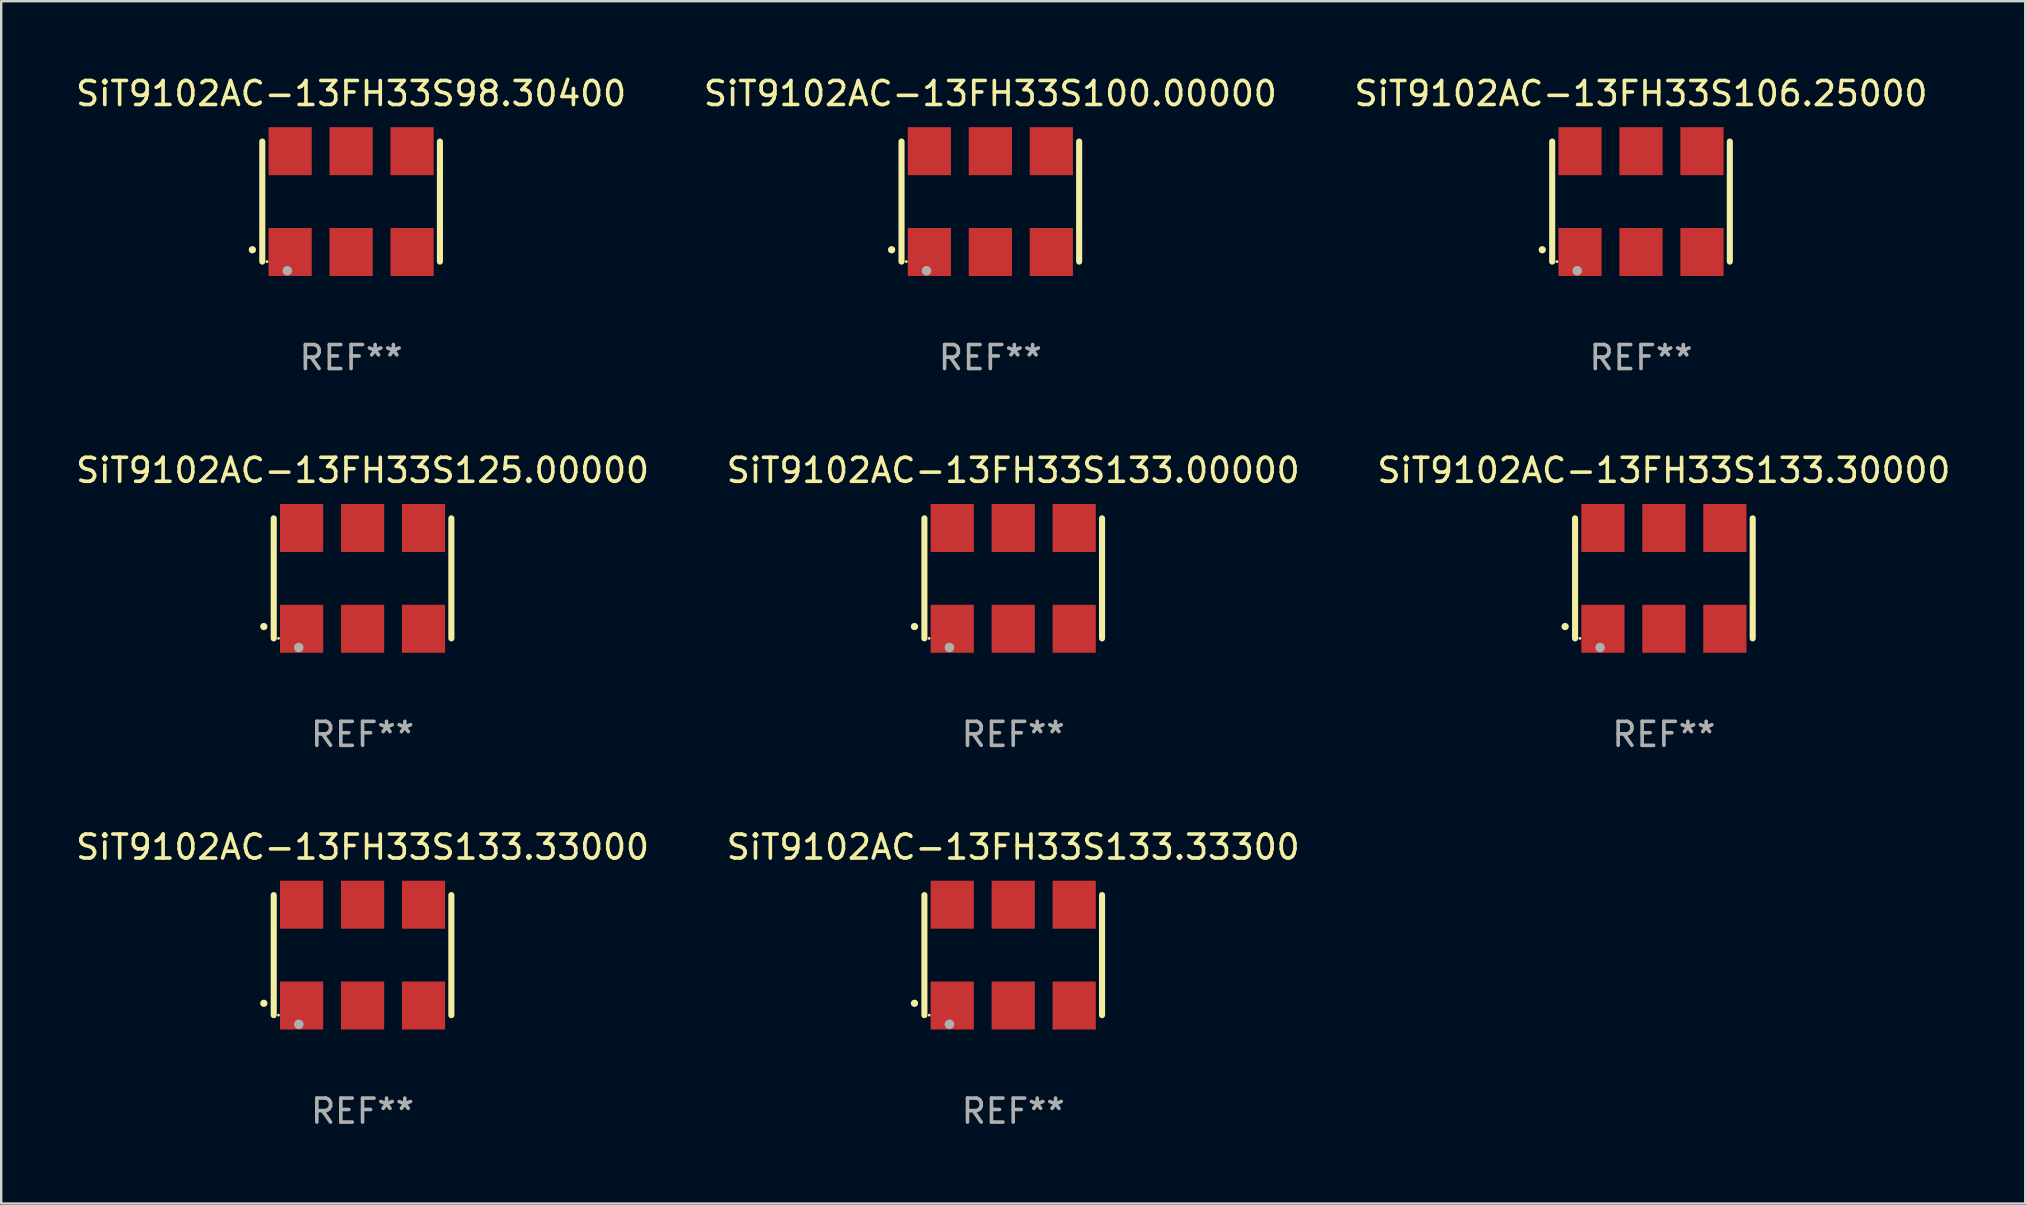
<source format=kicad_pcb>
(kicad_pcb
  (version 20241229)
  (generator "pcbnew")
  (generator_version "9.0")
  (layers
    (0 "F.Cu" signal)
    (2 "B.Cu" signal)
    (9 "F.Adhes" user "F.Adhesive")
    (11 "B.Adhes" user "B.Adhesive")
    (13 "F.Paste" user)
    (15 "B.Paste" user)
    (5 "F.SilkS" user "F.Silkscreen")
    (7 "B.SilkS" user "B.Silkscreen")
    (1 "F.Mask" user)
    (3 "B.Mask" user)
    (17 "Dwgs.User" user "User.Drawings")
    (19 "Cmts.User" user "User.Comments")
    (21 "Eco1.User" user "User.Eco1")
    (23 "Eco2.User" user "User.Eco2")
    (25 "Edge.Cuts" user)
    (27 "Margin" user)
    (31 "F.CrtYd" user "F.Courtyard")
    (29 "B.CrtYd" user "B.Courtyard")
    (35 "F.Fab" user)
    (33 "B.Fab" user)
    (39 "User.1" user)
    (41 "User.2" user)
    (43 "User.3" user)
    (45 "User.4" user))
  (footprint "SiT9102AC-13FH33S125.00000"
    (layer "F.Cu")
    (at 12.054 21.045)
    (property "Reference" "SiT9102AC-13FH33S125.00000" (at 0 -4.5 0) (layer "F.SilkS") (effects (font (size 1 1) (thickness 0.15))))
    (attr through_hole)
    (fp_line (start -3.7 -2.5) (end -3.7 2.5) (stroke (width 0.254) (type solid)) (layer "F.SilkS"))
    (fp_line (start 3.7 -2.5) (end 3.7 2.5) (stroke (width 0.254) (type solid)) (layer "F.SilkS"))
    (fp_arc (start -4.114415 2.006604) (mid -4.113145 2.006599) (end -4.111875 2.006604) (stroke (width 0.3) (type solid)) (layer "F.SilkS"))
    (fp_circle (center -3.502 2.5) (end -3.472 2.5) (stroke (width 0.06) (type solid)) (fill no) (layer "F.SilkS"))
    (fp_circle (center -2.657 2.882) (end -2.557 2.882) (stroke (width 0.2) (type solid)) (fill no) (layer "F.Fab"))
    (fp_text user "REF**" (at 0 6.5 0) (layer "F.Fab") (effects (font (size 1 1) (thickness 0.15))))
    (pad "1" smd rect (at -2.54 2.1) (size 1.8 2) (layers "F.Cu" "F.Mask" "F.Paste"))
    (pad "2" smd rect (at 0.000394 2.1) (size 1.8 2) (layers "F.Cu" "F.Mask" "F.Paste"))
    (pad "3" smd rect (at 2.54 2.1) (size 1.8 2) (layers "F.Cu" "F.Mask" "F.Paste"))
    (pad "4" smd rect (at 2.54 -2.1) (size 1.8 2) (layers "F.Cu" "F.Mask" "F.Paste"))
    (pad "5" smd rect (at 0.000394 -2.1) (size 1.8 2) (layers "F.Cu" "F.Mask" "F.Paste"))
    (pad "6" smd rect (at -2.54 -2.1) (size 1.8 2) (layers "F.Cu" "F.Mask" "F.Paste")))
  (footprint "SiT9102AC-13FH33S133.33300"
    (layer "F.Cu")
    (at 39.161 36.741)
    (property "Reference" "SiT9102AC-13FH33S133.33300" (at 0 -4.5 0) (layer "F.SilkS") (effects (font (size 1 1) (thickness 0.15))))
    (attr through_hole)
    (fp_line (start -3.7 -2.5) (end -3.7 2.5) (stroke (width 0.254) (type solid)) (layer "F.SilkS"))
    (fp_line (start 3.7 -2.5) (end 3.7 2.5) (stroke (width 0.254) (type solid)) (layer "F.SilkS"))
    (fp_arc (start -4.114415 2.006604) (mid -4.113145 2.006599) (end -4.111875 2.006604) (stroke (width 0.3) (type solid)) (layer "F.SilkS"))
    (fp_circle (center -3.502 2.5) (end -3.472 2.5) (stroke (width 0.06) (type solid)) (fill no) (layer "F.SilkS"))
    (fp_circle (center -2.657 2.882) (end -2.557 2.882) (stroke (width 0.2) (type solid)) (fill no) (layer "F.Fab"))
    (fp_text user "REF**" (at 0 6.5 0) (layer "F.Fab") (effects (font (size 1 1) (thickness 0.15))))
    (pad "1" smd rect (at -2.54 2.1) (size 1.8 2) (layers "F.Cu" "F.Mask" "F.Paste"))
    (pad "2" smd rect (at 0.000394 2.1) (size 1.8 2) (layers "F.Cu" "F.Mask" "F.Paste"))
    (pad "3" smd rect (at 2.54 2.1) (size 1.8 2) (layers "F.Cu" "F.Mask" "F.Paste"))
    (pad "4" smd rect (at 2.54 -2.1) (size 1.8 2) (layers "F.Cu" "F.Mask" "F.Paste"))
    (pad "5" smd rect (at 0.000394 -2.1) (size 1.8 2) (layers "F.Cu" "F.Mask" "F.Paste"))
    (pad "6" smd rect (at -2.54 -2.1) (size 1.8 2) (layers "F.Cu" "F.Mask" "F.Paste")))
  (footprint "SiT9102AC-13FH33S106.25000"
    (layer "F.Cu")
    (at 65.315 5.348)
    (property "Reference" "SiT9102AC-13FH33S106.25000" (at 0 -4.5 0) (layer "F.SilkS") (effects (font (size 1 1) (thickness 0.15))))
    (attr through_hole)
    (fp_line (start -3.7 -2.5) (end -3.7 2.5) (stroke (width 0.254) (type solid)) (layer "F.SilkS"))
    (fp_line (start 3.7 -2.5) (end 3.7 2.5) (stroke (width 0.254) (type solid)) (layer "F.SilkS"))
    (fp_arc (start -4.114415 2.006604) (mid -4.113145 2.006599) (end -4.111875 2.006604) (stroke (width 0.3) (type solid)) (layer "F.SilkS"))
    (fp_circle (center -3.502 2.5) (end -3.472 2.5) (stroke (width 0.06) (type solid)) (fill no) (layer "F.SilkS"))
    (fp_circle (center -2.657 2.882) (end -2.557 2.882) (stroke (width 0.2) (type solid)) (fill no) (layer "F.Fab"))
    (fp_text user "REF**" (at 0 6.5 0) (layer "F.Fab") (effects (font (size 1 1) (thickness 0.15))))
    (pad "1" smd rect (at -2.54 2.1) (size 1.8 2) (layers "F.Cu" "F.Mask" "F.Paste"))
    (pad "2" smd rect (at 0.000394 2.1) (size 1.8 2) (layers "F.Cu" "F.Mask" "F.Paste"))
    (pad "3" smd rect (at 2.54 2.1) (size 1.8 2) (layers "F.Cu" "F.Mask" "F.Paste"))
    (pad "4" smd rect (at 2.54 -2.1) (size 1.8 2) (layers "F.Cu" "F.Mask" "F.Paste"))
    (pad "5" smd rect (at 0.000394 -2.1) (size 1.8 2) (layers "F.Cu" "F.Mask" "F.Paste"))
    (pad "6" smd rect (at -2.54 -2.1) (size 1.8 2) (layers "F.Cu" "F.Mask" "F.Paste")))
  (footprint "SiT9102AC-13FH33S100.00000"
    (layer "F.Cu")
    (at 38.208 5.348)
    (property "Reference" "SiT9102AC-13FH33S100.00000" (at 0 -4.5 0) (layer "F.SilkS") (effects (font (size 1 1) (thickness 0.15))))
    (attr through_hole)
    (fp_line (start -3.7 -2.5) (end -3.7 2.5) (stroke (width 0.254) (type solid)) (layer "F.SilkS"))
    (fp_line (start 3.7 -2.5) (end 3.7 2.5) (stroke (width 0.254) (type solid)) (layer "F.SilkS"))
    (fp_arc (start -4.114415 2.006604) (mid -4.113145 2.006599) (end -4.111875 2.006604) (stroke (width 0.3) (type solid)) (layer "F.SilkS"))
    (fp_circle (center -3.502 2.5) (end -3.472 2.5) (stroke (width 0.06) (type solid)) (fill no) (layer "F.SilkS"))
    (fp_circle (center -2.657 2.882) (end -2.557 2.882) (stroke (width 0.2) (type solid)) (fill no) (layer "F.Fab"))
    (fp_text user "REF**" (at 0 6.5 0) (layer "F.Fab") (effects (font (size 1 1) (thickness 0.15))))
    (pad "1" smd rect (at -2.54 2.1) (size 1.8 2) (layers "F.Cu" "F.Mask" "F.Paste"))
    (pad "2" smd rect (at 0.000394 2.1) (size 1.8 2) (layers "F.Cu" "F.Mask" "F.Paste"))
    (pad "3" smd rect (at 2.54 2.1) (size 1.8 2) (layers "F.Cu" "F.Mask" "F.Paste"))
    (pad "4" smd rect (at 2.54 -2.1) (size 1.8 2) (layers "F.Cu" "F.Mask" "F.Paste"))
    (pad "5" smd rect (at 0.000394 -2.1) (size 1.8 2) (layers "F.Cu" "F.Mask" "F.Paste"))
    (pad "6" smd rect (at -2.54 -2.1) (size 1.8 2) (layers "F.Cu" "F.Mask" "F.Paste")))
  (footprint "SiT9102AC-13FH33S133.00000"
    (layer "F.Cu")
    (at 39.161 21.045)
    (property "Reference" "SiT9102AC-13FH33S133.00000" (at 0 -4.5 0) (layer "F.SilkS") (effects (font (size 1 1) (thickness 0.15))))
    (attr through_hole)
    (fp_line (start -3.7 -2.5) (end -3.7 2.5) (stroke (width 0.254) (type solid)) (layer "F.SilkS"))
    (fp_line (start 3.7 -2.5) (end 3.7 2.5) (stroke (width 0.254) (type solid)) (layer "F.SilkS"))
    (fp_arc (start -4.114415 2.006604) (mid -4.113145 2.006599) (end -4.111875 2.006604) (stroke (width 0.3) (type solid)) (layer "F.SilkS"))
    (fp_circle (center -3.502 2.5) (end -3.472 2.5) (stroke (width 0.06) (type solid)) (fill no) (layer "F.SilkS"))
    (fp_circle (center -2.657 2.882) (end -2.557 2.882) (stroke (width 0.2) (type solid)) (fill no) (layer "F.Fab"))
    (fp_text user "REF**" (at 0 6.5 0) (layer "F.Fab") (effects (font (size 1 1) (thickness 0.15))))
    (pad "1" smd rect (at -2.54 2.1) (size 1.8 2) (layers "F.Cu" "F.Mask" "F.Paste"))
    (pad "2" smd rect (at 0.000394 2.1) (size 1.8 2) (layers "F.Cu" "F.Mask" "F.Paste"))
    (pad "3" smd rect (at 2.54 2.1) (size 1.8 2) (layers "F.Cu" "F.Mask" "F.Paste"))
    (pad "4" smd rect (at 2.54 -2.1) (size 1.8 2) (layers "F.Cu" "F.Mask" "F.Paste"))
    (pad "5" smd rect (at 0.000394 -2.1) (size 1.8 2) (layers "F.Cu" "F.Mask" "F.Paste"))
    (pad "6" smd rect (at -2.54 -2.1) (size 1.8 2) (layers "F.Cu" "F.Mask" "F.Paste")))
  (footprint "SiT9102AC-13FH33S133.30000"
    (layer "F.Cu")
    (at 66.268 21.045)
    (property "Reference" "SiT9102AC-13FH33S133.30000" (at 0 -4.5 0) (layer "F.SilkS") (effects (font (size 1 1) (thickness 0.15))))
    (attr through_hole)
    (fp_line (start -3.7 -2.5) (end -3.7 2.5) (stroke (width 0.254) (type solid)) (layer "F.SilkS"))
    (fp_line (start 3.7 -2.5) (end 3.7 2.5) (stroke (width 0.254) (type solid)) (layer "F.SilkS"))
    (fp_arc (start -4.114415 2.006604) (mid -4.113145 2.006599) (end -4.111875 2.006604) (stroke (width 0.3) (type solid)) (layer "F.SilkS"))
    (fp_circle (center -3.502 2.5) (end -3.472 2.5) (stroke (width 0.06) (type solid)) (fill no) (layer "F.SilkS"))
    (fp_circle (center -2.657 2.882) (end -2.557 2.882) (stroke (width 0.2) (type solid)) (fill no) (layer "F.Fab"))
    (fp_text user "REF**" (at 0 6.5 0) (layer "F.Fab") (effects (font (size 1 1) (thickness 0.15))))
    (pad "1" smd rect (at -2.54 2.1) (size 1.8 2) (layers "F.Cu" "F.Mask" "F.Paste"))
    (pad "2" smd rect (at 0.000394 2.1) (size 1.8 2) (layers "F.Cu" "F.Mask" "F.Paste"))
    (pad "3" smd rect (at 2.54 2.1) (size 1.8 2) (layers "F.Cu" "F.Mask" "F.Paste"))
    (pad "4" smd rect (at 2.54 -2.1) (size 1.8 2) (layers "F.Cu" "F.Mask" "F.Paste"))
    (pad "5" smd rect (at 0.000394 -2.1) (size 1.8 2) (layers "F.Cu" "F.Mask" "F.Paste"))
    (pad "6" smd rect (at -2.54 -2.1) (size 1.8 2) (layers "F.Cu" "F.Mask" "F.Paste")))
  (footprint "SiT9102AC-13FH33S133.33000"
    (layer "F.Cu")
    (at 12.054 36.741)
    (property "Reference" "SiT9102AC-13FH33S133.33000" (at 0 -4.5 0) (layer "F.SilkS") (effects (font (size 1 1) (thickness 0.15))))
    (attr through_hole)
    (fp_line (start -3.7 -2.5) (end -3.7 2.5) (stroke (width 0.254) (type solid)) (layer "F.SilkS"))
    (fp_line (start 3.7 -2.5) (end 3.7 2.5) (stroke (width 0.254) (type solid)) (layer "F.SilkS"))
    (fp_arc (start -4.114415 2.006604) (mid -4.113145 2.006599) (end -4.111875 2.006604) (stroke (width 0.3) (type solid)) (layer "F.SilkS"))
    (fp_circle (center -3.502 2.5) (end -3.472 2.5) (stroke (width 0.06) (type solid)) (fill no) (layer "F.SilkS"))
    (fp_circle (center -2.657 2.882) (end -2.557 2.882) (stroke (width 0.2) (type solid)) (fill no) (layer "F.Fab"))
    (fp_text user "REF**" (at 0 6.5 0) (layer "F.Fab") (effects (font (size 1 1) (thickness 0.15))))
    (pad "1" smd rect (at -2.54 2.1) (size 1.8 2) (layers "F.Cu" "F.Mask" "F.Paste"))
    (pad "2" smd rect (at 0.000394 2.1) (size 1.8 2) (layers "F.Cu" "F.Mask" "F.Paste"))
    (pad "3" smd rect (at 2.54 2.1) (size 1.8 2) (layers "F.Cu" "F.Mask" "F.Paste"))
    (pad "4" smd rect (at 2.54 -2.1) (size 1.8 2) (layers "F.Cu" "F.Mask" "F.Paste"))
    (pad "5" smd rect (at 0.000394 -2.1) (size 1.8 2) (layers "F.Cu" "F.Mask" "F.Paste"))
    (pad "6" smd rect (at -2.54 -2.1) (size 1.8 2) (layers "F.Cu" "F.Mask" "F.Paste")))
  (footprint "SiT9102AC-13FH33S98.30400"
    (layer "F.Cu")
    (at 11.577 5.348)
    (property "Reference" "SiT9102AC-13FH33S98.30400" (at 0 -4.5 0) (layer "F.SilkS") (effects (font (size 1 1) (thickness 0.15))))
    (attr through_hole)
    (fp_line (start -3.7 -2.5) (end -3.7 2.5) (stroke (width 0.254) (type solid)) (layer "F.SilkS"))
    (fp_line (start 3.7 -2.5) (end 3.7 2.5) (stroke (width 0.254) (type solid)) (layer "F.SilkS"))
    (fp_arc (start -4.114415 2.006604) (mid -4.113145 2.006599) (end -4.111875 2.006604) (stroke (width 0.3) (type solid)) (layer "F.SilkS"))
    (fp_circle (center -3.502 2.5) (end -3.472 2.5) (stroke (width 0.06) (type solid)) (fill no) (layer "F.SilkS"))
    (fp_circle (center -2.657 2.882) (end -2.557 2.882) (stroke (width 0.2) (type solid)) (fill no) (layer "F.Fab"))
    (fp_text user "REF**" (at 0 6.5 0) (layer "F.Fab") (effects (font (size 1 1) (thickness 0.15))))
    (pad "1" smd rect (at -2.54 2.1) (size 1.8 2) (layers "F.Cu" "F.Mask" "F.Paste"))
    (pad "2" smd rect (at 0.000394 2.1) (size 1.8 2) (layers "F.Cu" "F.Mask" "F.Paste"))
    (pad "3" smd rect (at 2.54 2.1) (size 1.8 2) (layers "F.Cu" "F.Mask" "F.Paste"))
    (pad "4" smd rect (at 2.54 -2.1) (size 1.8 2) (layers "F.Cu" "F.Mask" "F.Paste"))
    (pad "5" smd rect (at 0.000394 -2.1) (size 1.8 2) (layers "F.Cu" "F.Mask" "F.Paste"))
    (pad "6" smd rect (at -2.54 -2.1) (size 1.8 2) (layers "F.Cu" "F.Mask" "F.Paste")))
  (gr_rect
    (start -3 -3)
    (end 81.321 47.09)
    (stroke (width 0.1) (type default))
    (fill no)
    (layer "Edge.Cuts")))
</source>
